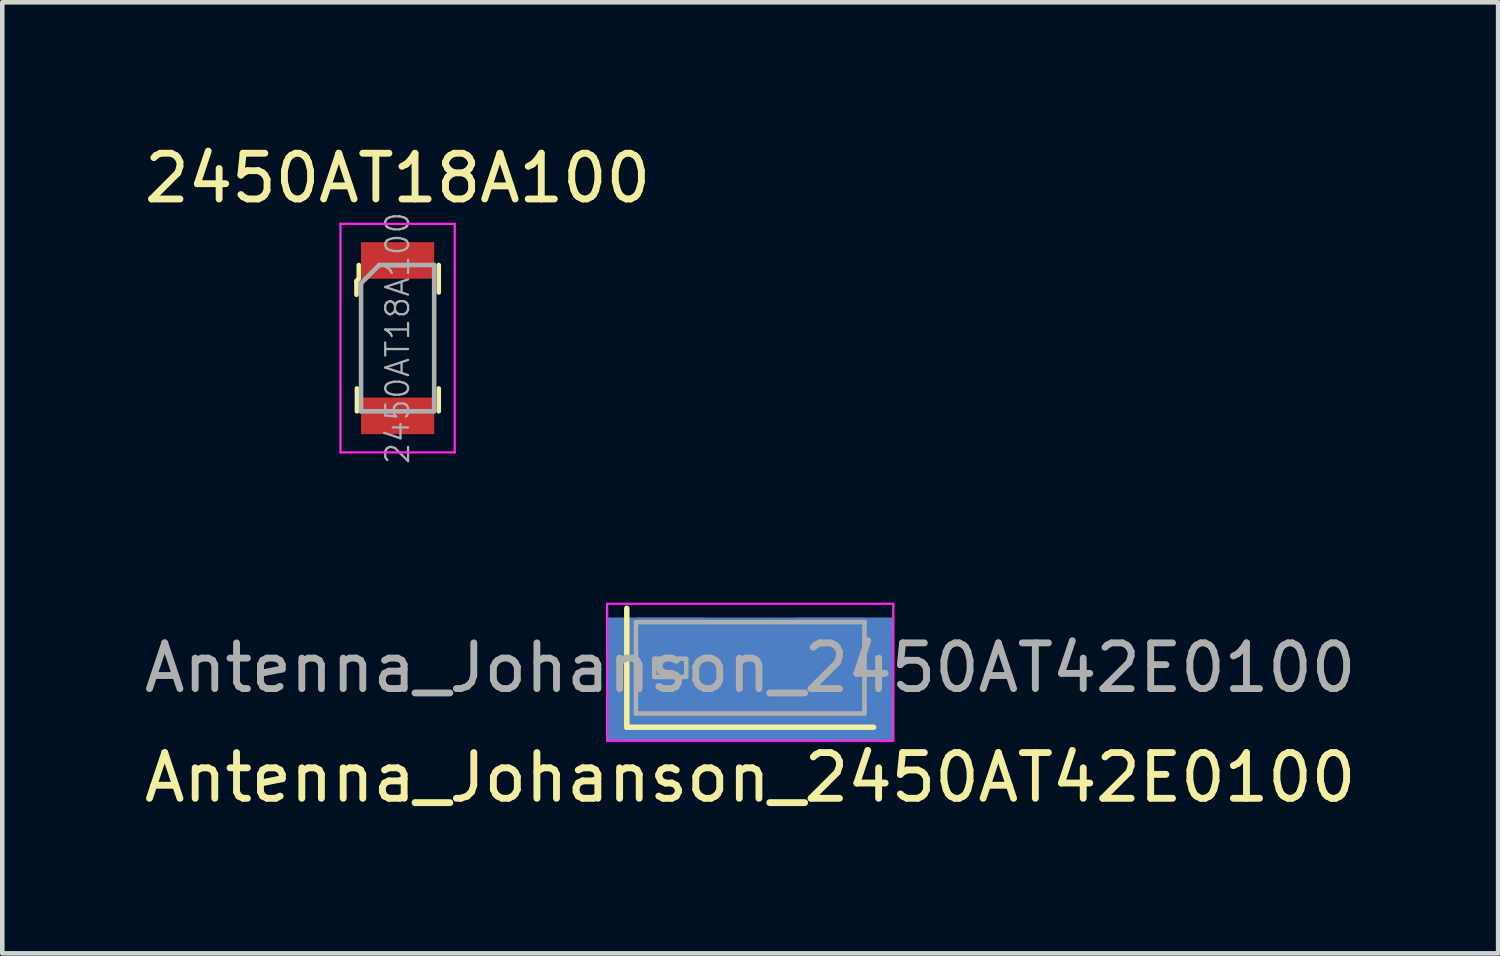
<source format=kicad_pcb>
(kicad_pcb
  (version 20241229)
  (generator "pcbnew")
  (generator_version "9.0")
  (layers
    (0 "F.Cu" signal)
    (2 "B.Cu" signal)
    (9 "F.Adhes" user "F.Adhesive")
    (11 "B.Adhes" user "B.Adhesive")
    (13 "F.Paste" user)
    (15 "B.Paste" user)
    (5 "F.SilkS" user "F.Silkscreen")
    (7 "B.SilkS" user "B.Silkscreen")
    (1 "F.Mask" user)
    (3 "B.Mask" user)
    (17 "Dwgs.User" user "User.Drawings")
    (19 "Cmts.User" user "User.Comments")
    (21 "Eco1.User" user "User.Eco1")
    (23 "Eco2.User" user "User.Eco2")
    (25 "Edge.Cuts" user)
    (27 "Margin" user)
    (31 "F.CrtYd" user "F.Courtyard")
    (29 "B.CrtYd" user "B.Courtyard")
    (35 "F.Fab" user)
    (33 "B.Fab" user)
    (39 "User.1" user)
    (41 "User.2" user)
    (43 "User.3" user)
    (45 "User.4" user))
  (footprint "Antenna_Johanson_2450AT42E0100"
    (layer "F.Cu")
    (at 13.363 11.56)
    (property "Reference" "Antenna_Johanson_2450AT42E0100" (at 0 2.4 0) (layer "F.SilkS") (effects (font (size 1 1) (thickness 0.15))))
    (attr smd)
    (fp_line (start -2.7 -1.3) (end -2.7 1.3) (stroke (width 0.12) (type solid)) (layer "F.SilkS"))
    (fp_line (start -2.7 1.3) (end 2.7 1.3) (stroke (width 0.12) (type solid)) (layer "F.SilkS"))
    (fp_line (start -3.13 -1.4) (end 3.13 -1.4) (stroke (width 0.05) (type solid)) (layer "F.CrtYd"))
    (fp_line (start -3.13 1.6) (end -3.13 -1.4) (stroke (width 0.05) (type solid)) (layer "F.CrtYd"))
    (fp_line (start 3.13 -1.4) (end 3.13 1.6) (stroke (width 0.05) (type solid)) (layer "F.CrtYd"))
    (fp_line (start 3.13 1.6) (end -3.13 1.6) (stroke (width 0.05) (type solid)) (layer "F.CrtYd"))
    (fp_line (start -2.5 -1) (end -2.5 1) (stroke (width 0.1) (type solid)) (layer "F.Fab"))
    (fp_line (start -2.5 1) (end 2.5 1) (stroke (width 0.1) (type solid)) (layer "F.Fab"))
    (fp_line (start 2.5 -1) (end -2.5 -1) (stroke (width 0.1) (type solid)) (layer "F.Fab"))
    (fp_line (start 2.5 1) (end 2.5 -1) (stroke (width 0.1) (type solid)) (layer "F.Fab"))
    (fp_poly (pts (xy -2.1 -0.2) (xy -1.4 -0.2) (xy -1.4 0.2) (xy -2.1 0.2)) (stroke (width 0.1) (type solid)) (fill no) (layer "F.Fab"))
    (fp_text user "${REFERENCE}" (at 0 0 0) (layer "F.Fab") (effects (font (size 1 1) (thickness 0.15))))
    (pad "1" smd rect (at -1.75 0.8) (size 1.5 0.6) (layers "F.Cu" "F.Mask" "F.Paste"))
    (pad "2" smd rect (at -1.75 -0.8) (size 1.5 0.6) (layers "F.Cu" "F.Mask" "F.Paste"))
    (pad "2" smd rect (at 0 0.25) (size 6.26 2.7) (layers "B.Cu"))
    (pad "2" smd rect (at 1.75 -0.8) (size 1.5 0.6) (layers "F.Cu" "F.Mask" "F.Paste"))
    (pad "NC" smd rect (at 1.75 0.8) (size 1.5 0.6) (layers "F.Cu" "F.Mask" "F.Paste")))
  (footprint "2450AT18A100"
    (layer "F.Cu")
    (at 5.649 4.348)
    (property "Reference" "2450AT18A100" (at 0 -3.5 0) (layer "F.SilkS") (effects (font (size 1 1) (thickness 0.15))))
    (attr smd)
    (fp_line (start -0.9 -1.25) (end -0.9 -0.95) (stroke (width 0.1) (type solid)) (layer "F.SilkS"))
    (fp_line (start -0.89 1.6) (end -0.89 1.1) (stroke (width 0.1) (type solid)) (layer "F.SilkS"))
    (fp_line (start -0.85 -1.6) (end -0.85 -1.3) (stroke (width 0.1) (type solid)) (layer "F.SilkS"))
    (fp_line (start -0.85 -1.3) (end -0.9 -1.25) (stroke (width 0.1) (type solid)) (layer "F.SilkS"))
    (fp_line (start 0.9 -1.6) (end 0.9 -1) (stroke (width 0.1) (type solid)) (layer "F.SilkS"))
    (fp_line (start 0.9 1.1) (end 0.9 1.6) (stroke (width 0.1) (type solid)) (layer "F.SilkS"))
    (fp_line (start -1.25 -2.5) (end -1.25 2.5) (stroke (width 0.05) (type solid)) (layer "F.CrtYd"))
    (fp_line (start -1.25 -2.5) (end 1.25 -2.5) (stroke (width 0.05) (type solid)) (layer "F.CrtYd"))
    (fp_line (start -1.25 2.5) (end 1.25 2.5) (stroke (width 0.05) (type solid)) (layer "F.CrtYd"))
    (fp_line (start 1.25 -2.5) (end 1.25 2.5) (stroke (width 0.05) (type solid)) (layer "F.CrtYd"))
    (fp_line (start -0.8 -1.2) (end -0.8 1.6) (stroke (width 0.1) (type solid)) (layer "F.Fab"))
    (fp_line (start -0.8 -1.2) (end -0.4 -1.6) (stroke (width 0.1) (type solid)) (layer "F.Fab"))
    (fp_line (start -0.8 1.6) (end 0.8 1.6) (stroke (width 0.1) (type solid)) (layer "F.Fab"))
    (fp_line (start 0.8 -1.6) (end -0.4 -1.6) (stroke (width 0.1) (type solid)) (layer "F.Fab"))
    (fp_line (start 0.8 -1.6) (end 0.8 1.6) (stroke (width 0.1) (type solid)) (layer "F.Fab"))
    (fp_text user "${REFERENCE}" (at 0 0 90) (layer "F.Fab") (effects (font (size 0.5 0.5) (thickness 0.05))))
    (pad "1" smd rect (at 0 -1.7) (size 1.6 0.8) (layers "F.Cu" "F.Mask" "F.Paste"))
    (pad "2" smd rect (at 0 1.7) (size 1.6 0.8) (layers "F.Cu" "F.Mask" "F.Paste")))
  (gr_rect
    (start -3 -3)
    (end 29.726 17.808)
    (stroke (width 0.1) (type default))
    (fill no)
    (layer "Edge.Cuts")))
</source>
